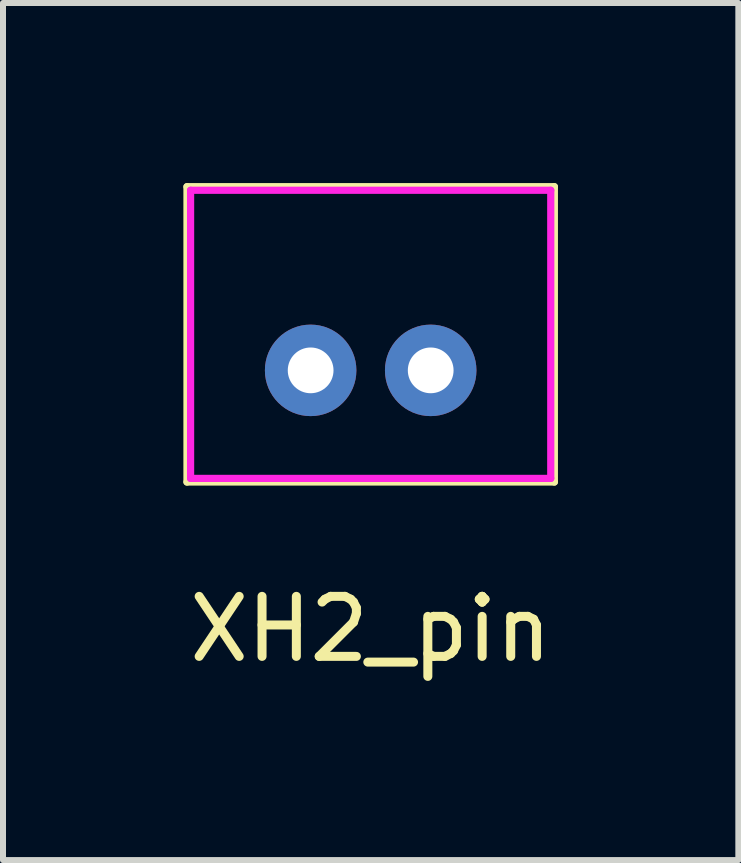
<source format=kicad_pcb>
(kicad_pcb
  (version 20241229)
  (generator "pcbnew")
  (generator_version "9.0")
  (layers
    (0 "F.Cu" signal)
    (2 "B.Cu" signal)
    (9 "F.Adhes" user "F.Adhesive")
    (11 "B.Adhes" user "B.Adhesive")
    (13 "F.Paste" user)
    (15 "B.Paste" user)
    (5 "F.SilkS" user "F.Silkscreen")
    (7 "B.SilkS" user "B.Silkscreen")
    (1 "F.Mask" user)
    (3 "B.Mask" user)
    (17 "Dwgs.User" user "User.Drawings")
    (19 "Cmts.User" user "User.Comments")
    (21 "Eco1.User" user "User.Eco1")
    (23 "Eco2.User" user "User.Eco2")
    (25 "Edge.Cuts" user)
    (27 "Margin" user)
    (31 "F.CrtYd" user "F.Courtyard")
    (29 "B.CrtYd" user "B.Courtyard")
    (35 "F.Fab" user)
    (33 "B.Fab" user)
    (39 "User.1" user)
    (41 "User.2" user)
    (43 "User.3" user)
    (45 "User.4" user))
  (footprint "XH2_pin"
    (layer "F.Cu")
    (at 3.125 3.12)
    (property "Reference" "XH2_pin" (at 0 4.31 0) (layer "F.SilkS") (effects (font (size 1 1) (thickness 0.15))))
    (attr through_hole)
    (fp_line (start -3.06 -3.06) (end -3.06 1.86) (stroke (width 0.12) (type solid)) (layer "F.SilkS"))
    (fp_line (start -3.06 -3.06) (end 3.06 -3.06) (stroke (width 0.12) (type solid)) (layer "F.SilkS"))
    (fp_line (start -3.06 1.86) (end 3.06 1.86) (stroke (width 0.12) (type solid)) (layer "F.SilkS"))
    (fp_line (start 3.06 -3.06) (end 3.06 1.86) (stroke (width 0.12) (type solid)) (layer "F.SilkS"))
    (fp_line (start -3 -3) (end -3 1.8) (stroke (width 0.12) (type solid)) (layer "F.CrtYd"))
    (fp_line (start -3 -3) (end 3 -3) (stroke (width 0.12) (type solid)) (layer "F.CrtYd"))
    (fp_line (start -3 1.8) (end 3 1.8) (stroke (width 0.12) (type solid)) (layer "F.CrtYd"))
    (fp_line (start 3 -3) (end 3 1.8) (stroke (width 0.12) (type solid)) (layer "F.CrtYd"))
    (pad "1" thru_hole circle (at -1 0) (size 1.524 1.524) (drill 0.762) (layers "*.Cu" "*.Mask"))
    (pad "2" thru_hole circle (at 1 0) (size 1.524 1.524) (drill 0.762) (layers "*.Cu" "*.Mask")))
  (gr_rect
    (start -3 -3)
    (end 9.25 11.278)
    (stroke (width 0.1) (type default))
    (fill no)
    (layer "Edge.Cuts")))
</source>
